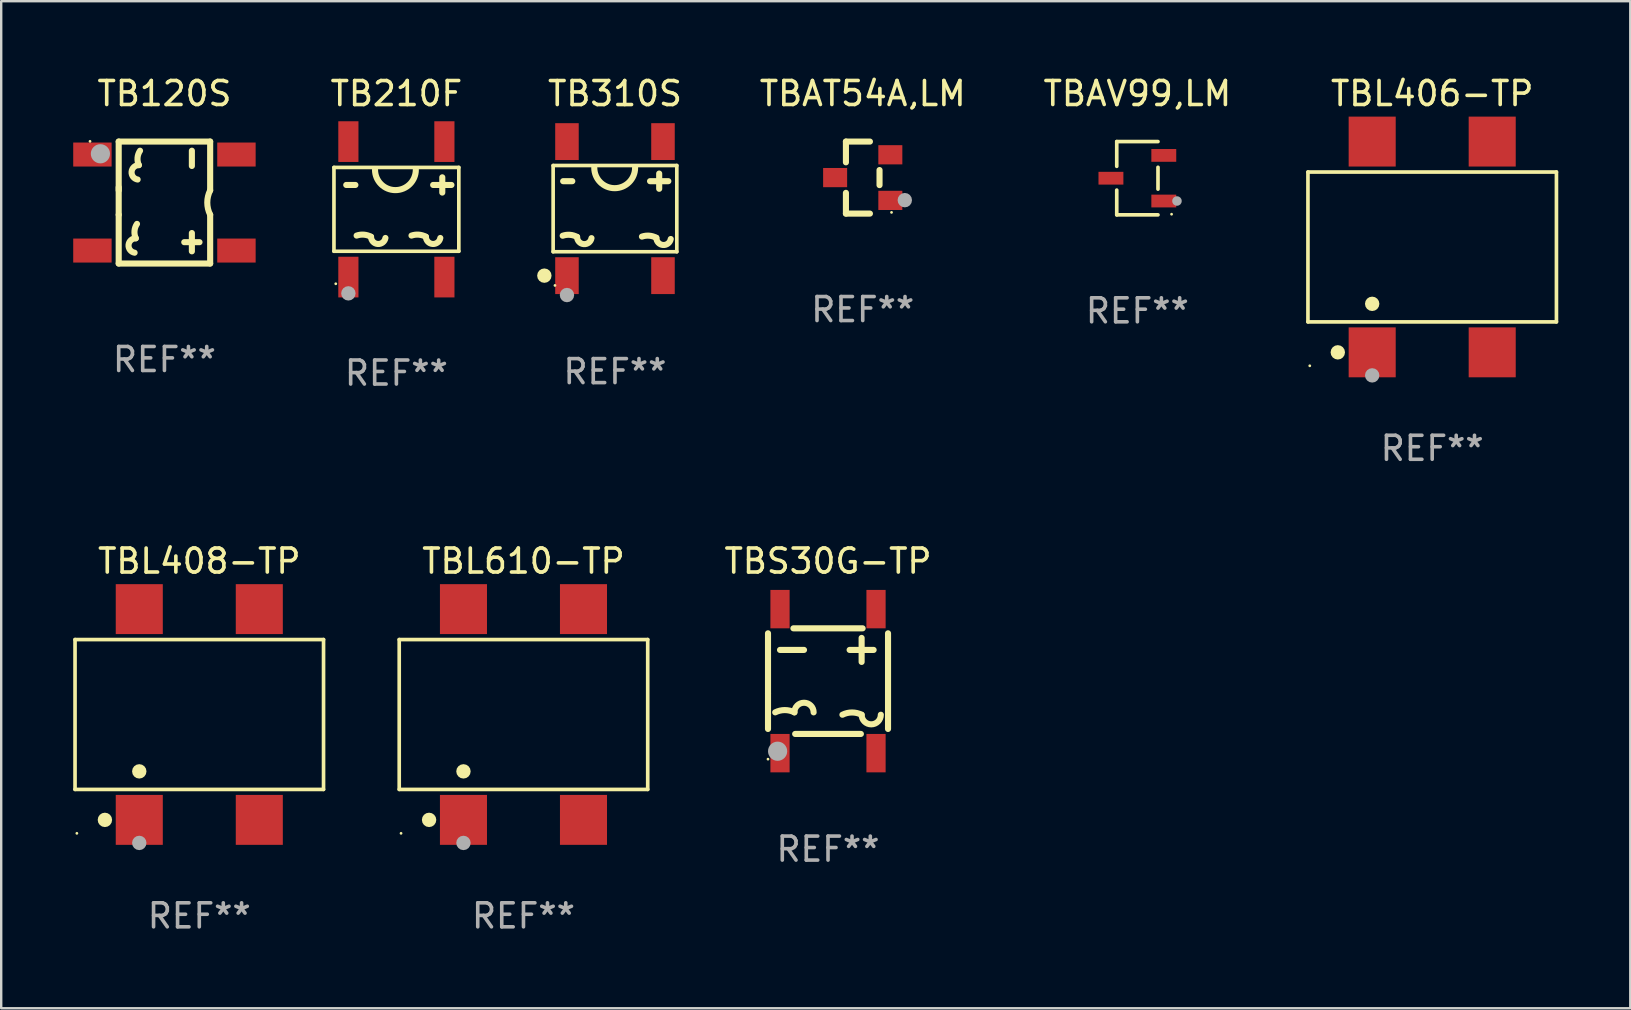
<source format=kicad_pcb>
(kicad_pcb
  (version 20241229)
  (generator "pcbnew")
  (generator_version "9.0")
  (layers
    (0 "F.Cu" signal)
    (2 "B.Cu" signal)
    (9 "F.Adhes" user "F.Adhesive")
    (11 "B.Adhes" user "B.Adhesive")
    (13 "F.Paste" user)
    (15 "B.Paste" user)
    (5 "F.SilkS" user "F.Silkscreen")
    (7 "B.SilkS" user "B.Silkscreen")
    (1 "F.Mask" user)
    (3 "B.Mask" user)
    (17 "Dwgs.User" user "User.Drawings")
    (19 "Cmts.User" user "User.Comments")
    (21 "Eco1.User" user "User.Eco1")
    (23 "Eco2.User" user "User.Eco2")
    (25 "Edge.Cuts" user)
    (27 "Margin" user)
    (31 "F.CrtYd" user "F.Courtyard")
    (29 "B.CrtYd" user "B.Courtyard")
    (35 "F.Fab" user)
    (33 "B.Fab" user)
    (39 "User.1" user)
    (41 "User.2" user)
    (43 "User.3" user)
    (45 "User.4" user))
  (footprint "TBL406-TP"
    (layer "F.Cu")
    (at 56.613 7.238)
    (property "Reference" "TBL406-TP" (at 0 -6.39 0) (layer "F.SilkS") (effects (font (size 1 1) (thickness 0.15))))
    (attr through_hole)
    (fp_line (start -5.176 -3.122) (end 5.176 -3.122) (stroke (width 0.152) (type solid)) (layer "F.SilkS"))
    (fp_line (start -5.176 3.121) (end -5.176 -3.122) (stroke (width 0.152) (type solid)) (layer "F.SilkS"))
    (fp_line (start 5.176 -3.122) (end 5.176 3.121) (stroke (width 0.152) (type solid)) (layer "F.SilkS"))
    (fp_line (start 5.176 3.121) (end -5.176 3.121) (stroke (width 0.152) (type solid)) (layer "F.SilkS"))
    (fp_circle (center -5.1 4.95) (end -5.07 4.95) (stroke (width 0.06) (type solid)) (fill no) (layer "F.SilkS"))
    (fp_circle (center -3.932 4.39) (end -3.782 4.39) (stroke (width 0.3) (type solid)) (fill no) (layer "F.SilkS"))
    (fp_circle (center -2.5 2.369) (end -2.35 2.369) (stroke (width 0.3) (type solid)) (fill no) (layer "F.SilkS"))
    (fp_circle (center -2.5 5.35) (end -2.35 5.35) (stroke (width 0.3) (type solid)) (fill no) (layer "F.Fab"))
    (fp_text user "REF**" (at 0 8.39 0) (layer "F.Fab") (effects (font (size 1 1) (thickness 0.15))))
    (pad "1" smd rect (at -2.5 4.39) (size 1.96 2.08) (layers "F.Cu" "F.Mask" "F.Paste"))
    (pad "2" smd rect (at 2.5 4.39) (size 1.96 2.08) (layers "F.Cu" "F.Mask" "F.Paste"))
    (pad "3" smd rect (at 2.5 -4.39) (size 1.96 2.08) (layers "F.Cu" "F.Mask" "F.Paste"))
    (pad "4" smd rect (at -2.5 -4.39) (size 1.96 2.08) (layers "F.Cu" "F.Mask" "F.Paste")))
  (footprint "TBAT54A,LM"
    (layer "F.Cu")
    (at 32.89 4.348)
    (property "Reference" "TBAT54A,LM" (at 0 -3.5 0) (layer "F.SilkS") (effects (font (size 1 1) (thickness 0.15))))
    (attr through_hole)
    (fp_line (start -0.7 -1.5) (end 0.3 -1.5) (stroke (width 0.254) (type solid)) (layer "F.SilkS"))
    (fp_line (start -0.7 -0.636) (end -0.7 -1.5) (stroke (width 0.254) (type solid)) (layer "F.SilkS"))
    (fp_line (start -0.7 1.5) (end -0.7 0.636) (stroke (width 0.254) (type solid)) (layer "F.SilkS"))
    (fp_line (start -0.7 1.5) (end 0.3 1.5) (stroke (width 0.254) (type solid)) (layer "F.SilkS"))
    (fp_line (start 0.7 0.314) (end 0.7 -0.314) (stroke (width 0.254) (type solid)) (layer "F.SilkS"))
    (fp_circle (center 1.2 1.45) (end 1.23 1.45) (stroke (width 0.06) (type solid)) (fill no) (layer "F.SilkS"))
    (fp_circle (center 1.753 0.94) (end 1.903 0.94) (stroke (width 0.3) (type solid)) (fill no) (layer "F.Fab"))
    (fp_text user "REF**" (at 0 5.5 0) (layer "F.Fab") (effects (font (size 1 1) (thickness 0.15))))
    (pad "1" smd rect (at 1.15 0.95 180) (size 1 0.8) (layers "F.Cu" "F.Mask" "F.Paste"))
    (pad "2" smd rect (at 1.15 -0.95 180) (size 1 0.8) (layers "F.Cu" "F.Mask" "F.Paste"))
    (pad "3" smd rect (at -1.15 -0.000051 180) (size 1 0.8) (layers "F.Cu" "F.Mask" "F.Paste")))
  (footprint "TBL610-TP"
    (layer "F.Cu")
    (at 18.757 26.715)
    (property "Reference" "TBL610-TP" (at 0 -6.39 0) (layer "F.SilkS") (effects (font (size 1 1) (thickness 0.15))))
    (attr through_hole)
    (fp_line (start -5.176 -3.122) (end 5.176 -3.122) (stroke (width 0.152) (type solid)) (layer "F.SilkS"))
    (fp_line (start -5.176 3.121) (end -5.176 -3.122) (stroke (width 0.152) (type solid)) (layer "F.SilkS"))
    (fp_line (start 5.176 -3.122) (end 5.176 3.121) (stroke (width 0.152) (type solid)) (layer "F.SilkS"))
    (fp_line (start 5.176 3.121) (end -5.176 3.121) (stroke (width 0.152) (type solid)) (layer "F.SilkS"))
    (fp_circle (center -5.1 4.95) (end -5.07 4.95) (stroke (width 0.06) (type solid)) (fill no) (layer "F.SilkS"))
    (fp_circle (center -3.932 4.39) (end -3.782 4.39) (stroke (width 0.3) (type solid)) (fill no) (layer "F.SilkS"))
    (fp_circle (center -2.5 2.369) (end -2.35 2.369) (stroke (width 0.3) (type solid)) (fill no) (layer "F.SilkS"))
    (fp_circle (center -2.5 5.35) (end -2.35 5.35) (stroke (width 0.3) (type solid)) (fill no) (layer "F.Fab"))
    (fp_text user "REF**" (at 0 8.39 0) (layer "F.Fab") (effects (font (size 1 1) (thickness 0.15))))
    (pad "1" smd rect (at -2.5 4.39) (size 1.96 2.08) (layers "F.Cu" "F.Mask" "F.Paste"))
    (pad "2" smd rect (at 2.5 4.39) (size 1.96 2.08) (layers "F.Cu" "F.Mask" "F.Paste"))
    (pad "3" smd rect (at 2.5 -4.39) (size 1.96 2.08) (layers "F.Cu" "F.Mask" "F.Paste"))
    (pad "4" smd rect (at -2.5 -4.39) (size 1.96 2.08) (layers "F.Cu" "F.Mask" "F.Paste")))
  (footprint "TB310S"
    (layer "F.Cu")
    (at 22.569 5.641)
    (property "Reference" "TB310S" (at 0 -4.792 0) (layer "F.SilkS") (effects (font (size 1 1) (thickness 0.15))))
    (attr through_hole)
    (fp_line (start -2.576 -1.796) (end 2.576 -1.796) (stroke (width 0.152) (type solid)) (layer "F.SilkS"))
    (fp_line (start -2.576 1.796) (end -2.576 -1.796) (stroke (width 0.152) (type solid)) (layer "F.SilkS"))
    (fp_line (start -2.159 -1.143) (end -1.778 -1.143) (stroke (width 0.254) (type solid)) (layer "F.SilkS"))
    (fp_line (start 1.461 -1.143) (end 2.223 -1.143) (stroke (width 0.254) (type solid)) (layer "F.SilkS"))
    (fp_line (start 1.842 -1.461) (end 1.842 -0.826) (stroke (width 0.254) (type solid)) (layer "F.SilkS"))
    (fp_line (start 2.576 -1.796) (end 2.576 1.796) (stroke (width 0.152) (type solid)) (layer "F.SilkS"))
    (fp_line (start 2.576 1.796) (end -2.576 1.796) (stroke (width 0.152) (type solid)) (layer "F.SilkS"))
    (fp_arc (start -2.178512 1.129235) (mid -1.873206 1.091274) (end -1.57841 1.179298) (stroke (width 0.254001) (type solid)) (layer "F.SilkS"))
    (fp_arc (start -0.978435 1.229286) (mid -1.301335 1.479299) (end -1.578411 1.179299) (stroke (width 0.254001) (type solid)) (layer "F.SilkS"))
    (fp_arc (start 0.838202 -1.701803) (mid -0.011824 -0.851917) (end -0.86185 -1.701804) (stroke (width 0.254001) (type solid)) (layer "F.SilkS"))
    (fp_arc (start 1.12347 1.165507) (mid 1.428776 1.127546) (end 1.723571 1.21557) (stroke (width 0.254001) (type solid)) (layer "F.SilkS"))
    (fp_arc (start 2.323546 1.265558) (mid 2.000646 1.515571) (end 1.72357 1.215571) (stroke (width 0.254001) (type solid)) (layer "F.SilkS"))
    (fp_circle (center -2.942 2.792) (end -2.792 2.792) (stroke (width 0.3) (type solid)) (fill no) (layer "F.SilkS"))
    (fp_circle (center -2.5 3.2) (end -2.47 3.2) (stroke (width 0.06) (type solid)) (fill no) (layer "F.SilkS"))
    (fp_circle (center -2 3.6) (end -1.85 3.6) (stroke (width 0.3) (type solid)) (fill no) (layer "F.Fab"))
    (fp_text user "REF**" (at 0 6.792 0) (layer "F.Fab") (effects (font (size 1 1) (thickness 0.15))))
    (pad "1" smd rect (at -2 2.792 180) (size 0.98 1.535) (layers "F.Cu" "F.Mask" "F.Paste"))
    (pad "2" smd rect (at 2 2.792 180) (size 0.98 1.535) (layers "F.Cu" "F.Mask" "F.Paste"))
    (pad "3" smd rect (at 2 -2.792 180) (size 0.98 1.535) (layers "F.Cu" "F.Mask" "F.Paste"))
    (pad "4" smd rect (at -2 -2.792 180) (size 0.98 1.535) (layers "F.Cu" "F.Mask" "F.Paste")))
  (footprint "TBL408-TP"
    (layer "F.Cu")
    (at 5.252 26.715)
    (property "Reference" "TBL408-TP" (at 0 -6.39 0) (layer "F.SilkS") (effects (font (size 1 1) (thickness 0.15))))
    (attr through_hole)
    (fp_line (start -5.176 -3.122) (end 5.176 -3.122) (stroke (width 0.152) (type solid)) (layer "F.SilkS"))
    (fp_line (start -5.176 3.121) (end -5.176 -3.122) (stroke (width 0.152) (type solid)) (layer "F.SilkS"))
    (fp_line (start 5.176 -3.122) (end 5.176 3.121) (stroke (width 0.152) (type solid)) (layer "F.SilkS"))
    (fp_line (start 5.176 3.121) (end -5.176 3.121) (stroke (width 0.152) (type solid)) (layer "F.SilkS"))
    (fp_circle (center -5.1 4.95) (end -5.07 4.95) (stroke (width 0.06) (type solid)) (fill no) (layer "F.SilkS"))
    (fp_circle (center -3.932 4.39) (end -3.782 4.39) (stroke (width 0.3) (type solid)) (fill no) (layer "F.SilkS"))
    (fp_circle (center -2.5 2.369) (end -2.35 2.369) (stroke (width 0.3) (type solid)) (fill no) (layer "F.SilkS"))
    (fp_circle (center -2.5 5.35) (end -2.35 5.35) (stroke (width 0.3) (type solid)) (fill no) (layer "F.Fab"))
    (fp_text user "REF**" (at 0 8.39 0) (layer "F.Fab") (effects (font (size 1 1) (thickness 0.15))))
    (pad "1" smd rect (at -2.5 4.39) (size 1.96 2.08) (layers "F.Cu" "F.Mask" "F.Paste"))
    (pad "2" smd rect (at 2.5 4.39) (size 1.96 2.08) (layers "F.Cu" "F.Mask" "F.Paste"))
    (pad "3" smd rect (at 2.5 -4.39) (size 1.96 2.08) (layers "F.Cu" "F.Mask" "F.Paste"))
    (pad "4" smd rect (at -2.5 -4.39) (size 1.96 2.08) (layers "F.Cu" "F.Mask" "F.Paste")))
  (footprint "TB120S"
    (layer "F.Cu")
    (at 3.8 5.388)
    (property "Reference" "TB120S" (at 0 -4.54 0) (layer "F.SilkS") (effects (font (size 1 1) (thickness 0.15))))
    (attr through_hole)
    (fp_line (start -1.905 -0.635) (end -1.905 0.508) (stroke (width 0.254) (type solid)) (layer "F.SilkS"))
    (fp_line (start -1.905 -0.508) (end -1.905 -2.54) (stroke (width 0.254) (type solid)) (layer "F.SilkS"))
    (fp_line (start -1.905 0.508) (end -1.905 2.54) (stroke (width 0.254) (type solid)) (layer "F.SilkS"))
    (fp_line (start -1.905 2.54) (end 1.905 2.54) (stroke (width 0.254) (type solid)) (layer "F.SilkS"))
    (fp_line (start 1.143 -2.159) (end 1.143 -1.524) (stroke (width 0.254) (type solid)) (layer "F.SilkS"))
    (fp_line (start 1.143 1.27) (end 1.143 2.032) (stroke (width 0.254) (type solid)) (layer "F.SilkS"))
    (fp_line (start 1.461 1.651) (end 0.826 1.651) (stroke (width 0.254) (type solid)) (layer "F.SilkS"))
    (fp_line (start 1.905 -2.54) (end -1.905 -2.54) (stroke (width 0.254) (type solid)) (layer "F.SilkS"))
    (fp_line (start 1.905 -2.54) (end 1.905 -0.508) (stroke (width 0.254) (type solid)) (layer "F.SilkS"))
    (fp_line (start 1.905 0.508) (end 1.905 2.54) (stroke (width 0.254) (type solid)) (layer "F.SilkS"))
    (fp_arc (start -1.243053 2.089103) (mid -1.495036 1.765955) (end -1.193015 1.489001) (stroke (width 0.254001) (type solid)) (layer "F.SilkS"))
    (fp_arc (start -1.193015 1.489002) (mid -1.246802 1.182434) (end -1.143002 0.889002) (stroke (width 0.254001) (type solid)) (layer "F.SilkS"))
    (fp_arc (start -1.116053 -0.958954) (mid -1.36799 -1.282099) (end -1.065989 -1.55903) (stroke (width 0.254001) (type solid)) (layer "F.SilkS"))
    (fp_arc (start -1.065989 -1.559029) (mid -1.119781 -1.86558) (end -1.016002 -2.159004) (stroke (width 0.254001) (type solid)) (layer "F.SilkS"))
    (fp_arc (start 1.905004 0.508001) (mid 1.785081 0) (end 1.905004 -0.508001) (stroke (width 0.254001) (type solid)) (layer "F.SilkS"))
    (fp_circle (center -3.1 -2.55) (end -3.07 -2.55) (stroke (width 0.06) (type solid)) (fill no) (layer "F.SilkS"))
    (fp_circle (center -2.667 -2.032) (end -2.467 -2.032) (stroke (width 0.4) (type solid)) (fill no) (layer "F.Fab"))
    (fp_text user "REF**" (at 0 6.54 0) (layer "F.Fab") (effects (font (size 1 1) (thickness 0.15))))
    (pad "1" smd rect (at -3 -2) (size 1.6 1) (layers "F.Cu" "F.Mask" "F.Paste"))
    (pad "2" smd rect (at -3 2) (size 1.6 1) (layers "F.Cu" "F.Mask" "F.Paste"))
    (pad "3" smd rect (at 3 2) (size 1.6 1) (layers "F.Cu" "F.Mask" "F.Paste"))
    (pad "4" smd rect (at 3 -2) (size 1.6 1) (layers "F.Cu" "F.Mask" "F.Paste")))
  (footprint "TBS30G-TP"
    (layer "F.Cu")
    (at 31.444 25.325)
    (property "Reference" "TBS30G-TP" (at 0 -5 0) (layer "F.SilkS") (effects (font (size 1 1) (thickness 0.15))))
    (attr through_hole)
    (fp_line (start -2.5 -1.992) (end -2.5 0.508) (stroke (width 0.254) (type solid)) (layer "F.SilkS"))
    (fp_line (start -2.5 1.992) (end -2.5 0.508) (stroke (width 0.254) (type solid)) (layer "F.SilkS"))
    (fp_line (start -2 -1.3) (end -1 -1.3) (stroke (width 0.254) (type solid)) (layer "F.SilkS"))
    (fp_line (start -1.442 -2.2) (end 1.442 -2.2) (stroke (width 0.254) (type solid)) (layer "F.SilkS"))
    (fp_line (start -1.369 2.2) (end 1.369 2.2) (stroke (width 0.254) (type solid)) (layer "F.SilkS"))
    (fp_line (start 0.9 -1.3) (end 1.9 -1.3) (stroke (width 0.254) (type solid)) (layer "F.SilkS"))
    (fp_line (start 1.4 -0.8) (end 1.4 -1.8) (stroke (width 0.254) (type solid)) (layer "F.SilkS"))
    (fp_line (start 2.5 -1.992) (end 2.5 1.992) (stroke (width 0.254) (type solid)) (layer "F.SilkS"))
    (fp_arc (start -2.2 1.3) (mid -1.8 1.205573) (end -1.4 1.3) (stroke (width 0.254001) (type solid)) (layer "F.SilkS"))
    (fp_arc (start -1.4 1.300051) (mid -1 0.900051) (end -0.6 1.300051) (stroke (width 0.254001) (type solid)) (layer "F.SilkS"))
    (fp_arc (start 0.6 1.4) (mid 1 1.305573) (end 1.4 1.4) (stroke (width 0.254001) (type solid)) (layer "F.SilkS"))
    (fp_arc (start 2.2 1.400051) (mid 1.8 1.800051) (end 1.4 1.400051) (stroke (width 0.254001) (type solid)) (layer "F.SilkS"))
    (fp_circle (center -2.5 3.25) (end -2.47 3.25) (stroke (width 0.06) (type solid)) (fill no) (layer "F.SilkS"))
    (fp_circle (center -2.1 2.92) (end -1.9 2.92) (stroke (width 0.4) (type solid)) (fill no) (layer "F.Fab"))
    (fp_text user "REF**" (at 0 7 0) (layer "F.Fab") (effects (font (size 1 1) (thickness 0.15))))
    (pad "1" smd rect (at -2 3 270) (size 1.6 0.8) (layers "F.Cu" "F.Mask" "F.Paste"))
    (pad "2" smd rect (at 2 3 270) (size 1.6 0.8) (layers "F.Cu" "F.Mask" "F.Paste"))
    (pad "3" smd rect (at 2 -3 270) (size 1.6 0.8) (layers "F.Cu" "F.Mask" "F.Paste"))
    (pad "4" smd rect (at -2 -3 270) (size 1.6 0.8) (layers "F.Cu" "F.Mask" "F.Paste")))
  (footprint "TB210F"
    (layer "F.Cu")
    (at 13.463 5.671)
    (property "Reference" "TB210F" (at 0 -4.822 0) (layer "F.SilkS") (effects (font (size 1 1) (thickness 0.15))))
    (attr through_hole)
    (fp_line (start -2.601 -1.746) (end 2.601 -1.746) (stroke (width 0.152) (type solid)) (layer "F.SilkS"))
    (fp_line (start -2.601 1.746) (end -2.601 -1.746) (stroke (width 0.152) (type solid)) (layer "F.SilkS"))
    (fp_line (start -2.089 -1.016) (end -1.708 -1.016) (stroke (width 0.254) (type solid)) (layer "F.SilkS"))
    (fp_line (start 1.531 -1.016) (end 2.293 -1.016) (stroke (width 0.254) (type solid)) (layer "F.SilkS"))
    (fp_line (start 1.912 -1.334) (end 1.912 -0.699) (stroke (width 0.254) (type solid)) (layer "F.SilkS"))
    (fp_line (start 2.601 -1.746) (end 2.601 1.746) (stroke (width 0.152) (type solid)) (layer "F.SilkS"))
    (fp_line (start 2.601 1.746) (end -2.601 1.746) (stroke (width 0.152) (type solid)) (layer "F.SilkS"))
    (fp_arc (start -1.656452 1.092837) (mid -1.351146 1.054876) (end -1.05635 1.142901) (stroke (width 0.254001) (type solid)) (layer "F.SilkS"))
    (fp_arc (start -0.456375 1.192888) (mid -0.779275 1.442901) (end -1.056351 1.142901) (stroke (width 0.254001) (type solid)) (layer "F.SilkS"))
    (fp_arc (start 0.629553 1.092837) (mid 0.934859 1.054876) (end 1.229655 1.142901) (stroke (width 0.254001) (type solid)) (layer "F.SilkS"))
    (fp_arc (start 0.809665 -1.651105) (mid -0.040361 -0.801219) (end -0.890387 -1.651106) (stroke (width 0.254001) (type solid)) (layer "F.SilkS"))
    (fp_arc (start 1.829629 1.192888) (mid 1.50673 1.4429) (end 1.229655 1.142901) (stroke (width 0.254001) (type solid)) (layer "F.SilkS"))
    (fp_circle (center -2.525 3.1) (end -2.495 3.1) (stroke (width 0.06) (type solid)) (fill no) (layer "F.SilkS"))
    (fp_circle (center -2 3.5) (end -1.85 3.5) (stroke (width 0.3) (type solid)) (fill no) (layer "F.Fab"))
    (fp_text user "REF**" (at 0 6.822 0) (layer "F.Fab") (effects (font (size 1 1) (thickness 0.15))))
    (pad "1" smd rect (at -2 2.822) (size 0.84 1.695) (layers "F.Cu" "F.Mask" "F.Paste"))
    (pad "2" smd rect (at 2 2.822) (size 0.84 1.695) (layers "F.Cu" "F.Mask" "F.Paste"))
    (pad "3" smd rect (at 2 -2.822) (size 0.84 1.695) (layers "F.Cu" "F.Mask" "F.Paste"))
    (pad "4" smd rect (at -2 -2.822) (size 0.84 1.695) (layers "F.Cu" "F.Mask" "F.Paste")))
  (footprint "TBAV99,LM"
    (layer "F.Cu")
    (at 44.331 4.374)
    (property "Reference" "TBAV99,LM" (at 0 -3.526 0) (layer "F.SilkS") (effects (font (size 1 1) (thickness 0.15))))
    (attr through_hole)
    (fp_line (start -0.859 -1.526) (end -0.859 -0.495) (stroke (width 0.152) (type solid)) (layer "F.SilkS"))
    (fp_line (start -0.859 1.526) (end -0.859 0.495) (stroke (width 0.152) (type solid)) (layer "F.SilkS"))
    (fp_line (start 0.859 -1.526) (end -0.859 -1.526) (stroke (width 0.152) (type solid)) (layer "F.SilkS"))
    (fp_line (start 0.859 -0.455) (end 0.859 0.455) (stroke (width 0.152) (type solid)) (layer "F.SilkS"))
    (fp_line (start 0.859 1.526) (end -0.859 1.526) (stroke (width 0.152) (type solid)) (layer "F.SilkS"))
    (fp_circle (center 1.425 1.5) (end 1.455 1.5) (stroke (width 0.06) (type solid)) (fill no) (layer "F.SilkS"))
    (fp_circle (center 1.65 0.95) (end 1.75 0.95) (stroke (width 0.2) (type solid)) (fill no) (layer "F.Fab"))
    (fp_text user "REF**" (at 0 5.526 0) (layer "F.Fab") (effects (font (size 1 1) (thickness 0.15))))
    (pad "1" smd rect (at 1.101 0.95) (size 1.037 0.532) (layers "F.Cu" "F.Mask" "F.Paste"))
    (pad "2" smd rect (at 1.101 -0.95) (size 1.037 0.532) (layers "F.Cu" "F.Mask" "F.Paste"))
    (pad "3" smd rect (at -1.101 0) (size 1.037 0.532) (layers "F.Cu" "F.Mask" "F.Paste")))
  (gr_rect
    (start -3 -3)
    (end 64.865 38.953)
    (stroke (width 0.1) (type default))
    (fill no)
    (layer "Edge.Cuts")))
</source>
